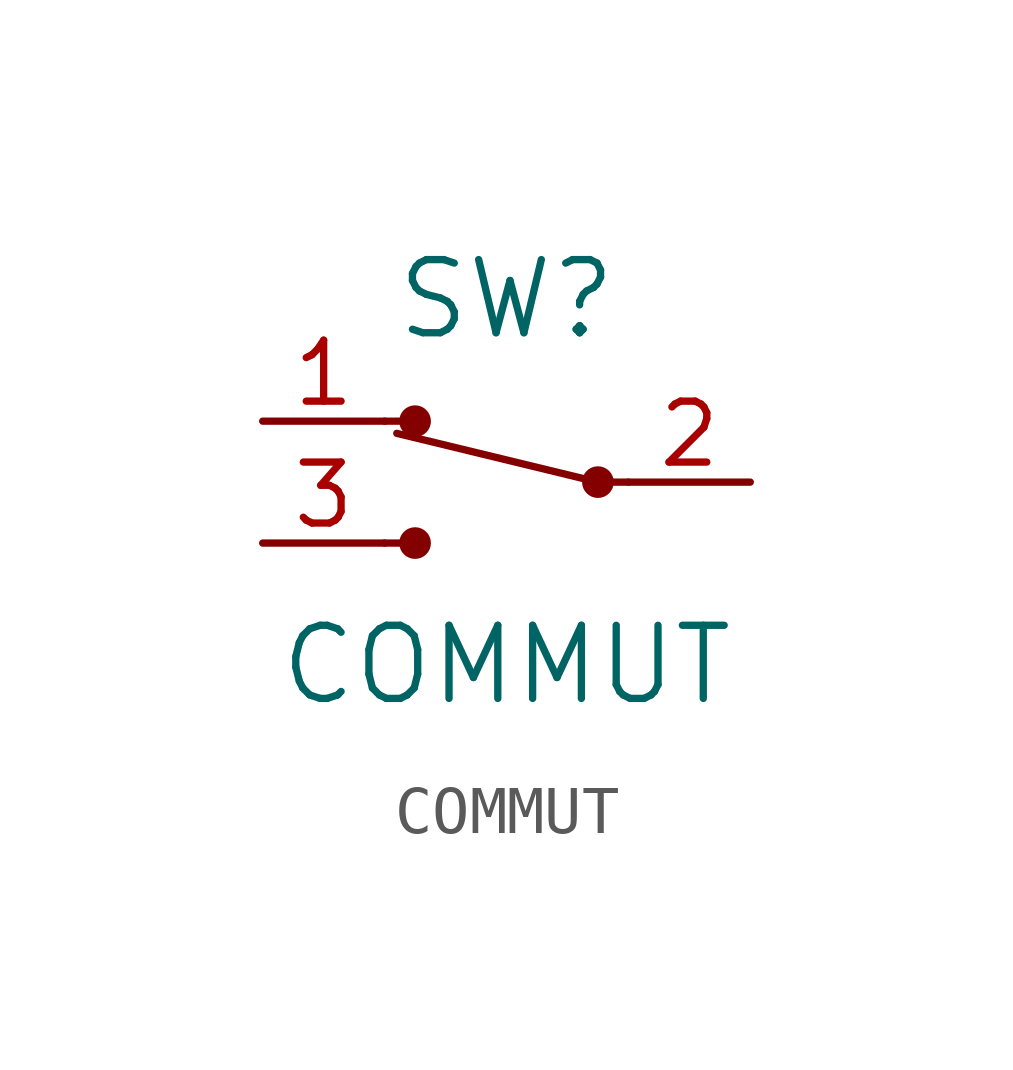
<source format=kicad_sym>
(kicad_symbol_lib
  (version 20211014)
  (generator kicad_symbol_editor)
  (symbol "COMMUT"
    (pin_names
      (offset 1.016))
    (property "Reference" "SW"
      (at 0 3.81 0)
      (effects (font (size 1.524 1.524))))
    (property "Value" "COMMUT"
      (at 0 -3.81 0)
      (effects (font (size 1.524 1.524))))
    (property "Footprint" ""
      (at 0 0 0)
      (effects (font (size 1.524 1.524))))
    (property "Datasheet" ""
      (at 0 0 0)
      (effects (font (size 1.524 1.524))))
    (symbol "COMMUT_0_1"
      (circle (center -1.905 -1.27) (radius 0.254) (stroke (width 0) (type default) (color 0 0 0 0)) (fill (type outline)))
      (circle (center -1.905 1.27) (radius 0.254) (stroke (width 0) (type default) (color 0 0 0 0)) (fill (type outline)))
      (polyline (pts (xy -1.905 -1.27) (xy -2.54 -1.27)) (stroke (width 0) (type default) (color 0 0 0 0)) (fill (type none)))
      (polyline (pts (xy -1.905 1.27) (xy -2.54 1.27)) (stroke (width 0) (type default) (color 0 0 0 0)) (fill (type none)))
      (polyline (pts (xy 1.905 0) (xy -2.286 1.016)) (stroke (width 0) (type default) (color 0 0 0 0)) (fill (type none)))
      (polyline (pts (xy 2.54 0) (xy 1.905 0)) (stroke (width 0) (type default) (color 0 0 0 0)) (fill (type none)))
      (circle (center 1.905 0) (radius 0.254) (stroke (width 0) (type default) (color 0 0 0 0)) (fill (type outline))))
    (symbol "COMMUT_1_1"
      (pin passive line (at -5.08 1.27 0) (length 2.54) (name "~" (effects (font (size 1.27 1.27)))) (number "1" (effects (font (size 1.27 1.27)))))
      (pin passive line (at 5.08 0 180) (length 2.54) (name "~" (effects (font (size 1.27 1.27)))) (number "2" (effects (font (size 1.27 1.27)))))
      (pin passive line (at -5.08 -1.27 0) (length 2.54) (name "~" (effects (font (size 1.27 1.27)))) (number "3" (effects (font (size 1.27 1.27))))))))
</source>
